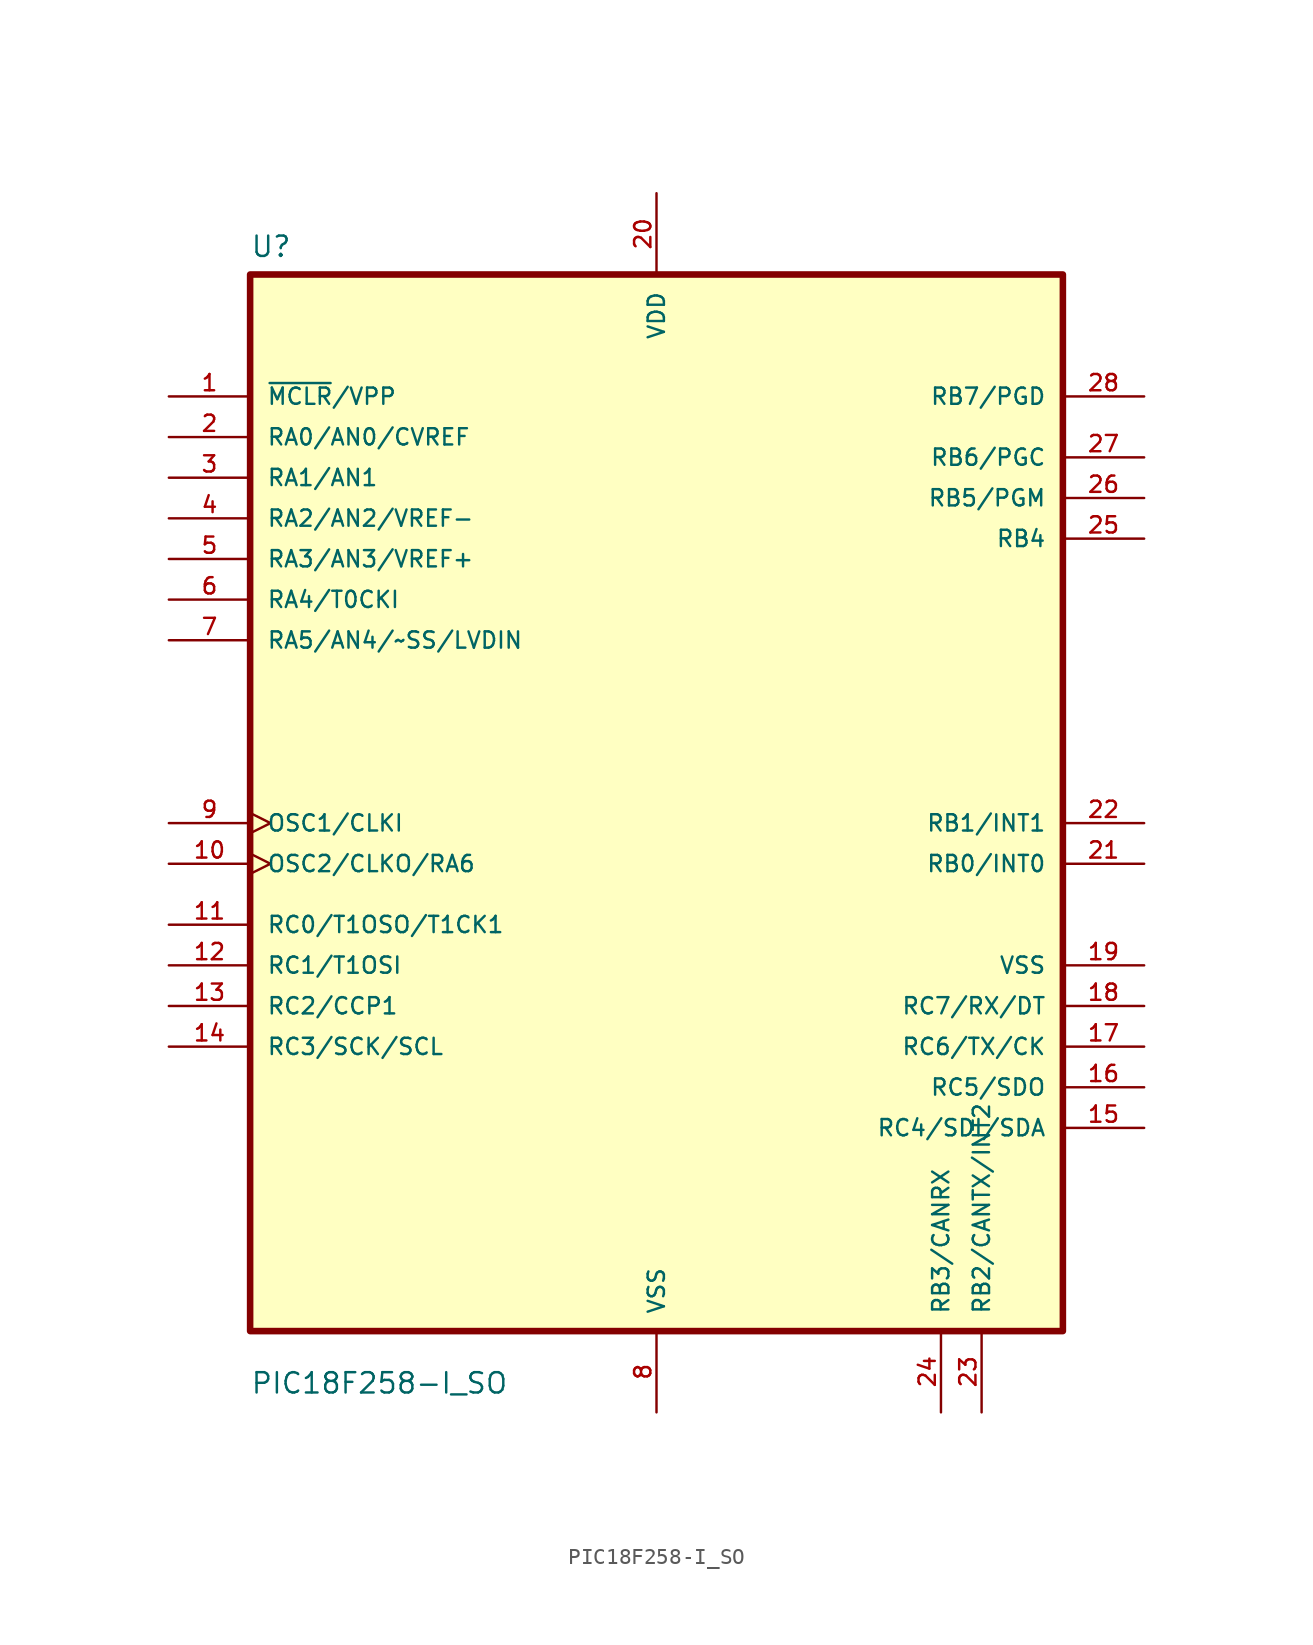
<source format=kicad_sym>
(kicad_symbol_lib
  (version 20241209)
  (generator "kicad_symbol_editor")
  (generator_version "9.0")
  (symbol "PIC18F258-I_SO"
    (pin_names
      (offset 1.016))
    (property "Reference" "U"
      (at -25.4 34.02 0)
      (effects (font (size 1.27 1.27)) (justify left bottom)))
    (property "Value" "PIC18F258-I_SO"
      (at -25.4 -37.02 0)
      (effects (font (size 1.27 1.27)) (justify left bottom)))
    (symbol "PIC18F258-I_SO_0_0"
      (rectangle (start -25.4 33.02) (end 25.4 -33.02) (stroke (width 0.41) (type default)) (fill (type background)))
      (pin input line (at -30.48 25.4 0) (length 5.08) (name "~{MCLR}/VPP" (effects (font (size 1.016 1.016)))) (number "1" (effects (font (size 1.016 1.016)))))
      (pin bidirectional line (at -30.48 22.86 0) (length 5.08) (name "RA0/AN0/CVREF" (effects (font (size 1.016 1.016)))) (number "2" (effects (font (size 1.016 1.016)))))
      (pin bidirectional line (at -30.48 20.32 0) (length 5.08) (name "RA1/AN1" (effects (font (size 1.016 1.016)))) (number "3" (effects (font (size 1.016 1.016)))))
      (pin bidirectional line (at -30.48 17.78 0) (length 5.08) (name "RA2/AN2/VREF-" (effects (font (size 1.016 1.016)))) (number "4" (effects (font (size 1.016 1.016)))))
      (pin bidirectional line (at -30.48 15.24 0) (length 5.08) (name "RA3/AN3/VREF+" (effects (font (size 1.016 1.016)))) (number "5" (effects (font (size 1.016 1.016)))))
      (pin bidirectional line (at -30.48 12.7 0) (length 5.08) (name "RA4/T0CKI" (effects (font (size 1.016 1.016)))) (number "6" (effects (font (size 1.016 1.016)))))
      (pin input line (at -30.48 10.16 0) (length 5.08) (name "RA5/AN4/~SS/LVDIN" (effects (font (size 1.016 1.016)))) (number "7" (effects (font (size 1.016 1.016)))))
      (pin input clock (at -30.48 -1.27 0) (length 5.08) (name "OSC1/CLKI" (effects (font (size 1.016 1.016)))) (number "9" (effects (font (size 1.016 1.016)))))
      (pin output clock (at -30.48 -3.81 0) (length 5.08) (name "OSC2/CLKO/RA6" (effects (font (size 1.016 1.016)))) (number "10" (effects (font (size 1.016 1.016)))))
      (pin bidirectional line (at -30.48 -7.62 0) (length 5.08) (name "RC0/T1OSO/T1CK1" (effects (font (size 1.016 1.016)))) (number "11" (effects (font (size 1.016 1.016)))))
      (pin bidirectional line (at -30.48 -10.16 0) (length 5.08) (name "RC1/T1OSI" (effects (font (size 1.016 1.016)))) (number "12" (effects (font (size 1.016 1.016)))))
      (pin bidirectional line (at -30.48 -12.7 0) (length 5.08) (name "RC2/CCP1" (effects (font (size 1.016 1.016)))) (number "13" (effects (font (size 1.016 1.016)))))
      (pin bidirectional line (at -30.48 -15.24 0) (length 5.08) (name "RC3/SCK/SCL" (effects (font (size 1.016 1.016)))) (number "14" (effects (font (size 1.016 1.016)))))
      (pin power_in line (at 0 38.1 270) (length 5.08) (name "VDD" (effects (font (size 1.016 1.016)))) (number "20" (effects (font (size 1.016 1.016)))))
      (pin power_in line (at 0 -38.1 90) (length 5.08) (name "VSS" (effects (font (size 1.016 1.016)))) (number "8" (effects (font (size 1.016 1.016)))))
      (pin bidirectional line (at 17.78 -38.1 90) (length 5.08) (name "RB3/CANRX" (effects (font (size 1.016 1.016)))) (number "24" (effects (font (size 1.016 1.016)))))
      (pin input line (at 20.32 -38.1 90) (length 5.08) (name "RB2/CANTX/INT2" (effects (font (size 1.016 1.016)))) (number "23" (effects (font (size 1.016 1.016)))))
      (pin bidirectional line (at 30.48 25.4 180) (length 5.08) (name "RB7/PGD" (effects (font (size 1.016 1.016)))) (number "28" (effects (font (size 1.016 1.016)))))
      (pin bidirectional line (at 30.48 21.59 180) (length 5.08) (name "RB6/PGC" (effects (font (size 1.016 1.016)))) (number "27" (effects (font (size 1.016 1.016)))))
      (pin bidirectional line (at 30.48 19.05 180) (length 5.08) (name "RB5/PGM" (effects (font (size 1.016 1.016)))) (number "26" (effects (font (size 1.016 1.016)))))
      (pin bidirectional line (at 30.48 16.51 180) (length 5.08) (name "RB4" (effects (font (size 1.016 1.016)))) (number "25" (effects (font (size 1.016 1.016)))))
      (pin input line (at 30.48 -1.27 180) (length 5.08) (name "RB1/INT1" (effects (font (size 1.016 1.016)))) (number "22" (effects (font (size 1.016 1.016)))))
      (pin input line (at 30.48 -3.81 180) (length 5.08) (name "RB0/INT0" (effects (font (size 1.016 1.016)))) (number "21" (effects (font (size 1.016 1.016)))))
      (pin power_in line (at 30.48 -10.16 180) (length 5.08) (name "VSS" (effects (font (size 1.016 1.016)))) (number "19" (effects (font (size 1.016 1.016)))))
      (pin bidirectional line (at 30.48 -12.7 180) (length 5.08) (name "RC7/RX/DT" (effects (font (size 1.016 1.016)))) (number "18" (effects (font (size 1.016 1.016)))))
      (pin bidirectional line (at 30.48 -15.24 180) (length 5.08) (name "RC6/TX/CK" (effects (font (size 1.016 1.016)))) (number "17" (effects (font (size 1.016 1.016)))))
      (pin bidirectional line (at 30.48 -17.78 180) (length 5.08) (name "RC5/SDO" (effects (font (size 1.016 1.016)))) (number "16" (effects (font (size 1.016 1.016)))))
      (pin bidirectional line (at 30.48 -20.32 180) (length 5.08) (name "RC4/SDI/SDA" (effects (font (size 1.016 1.016)))) (number "15" (effects (font (size 1.016 1.016))))))))
</source>
